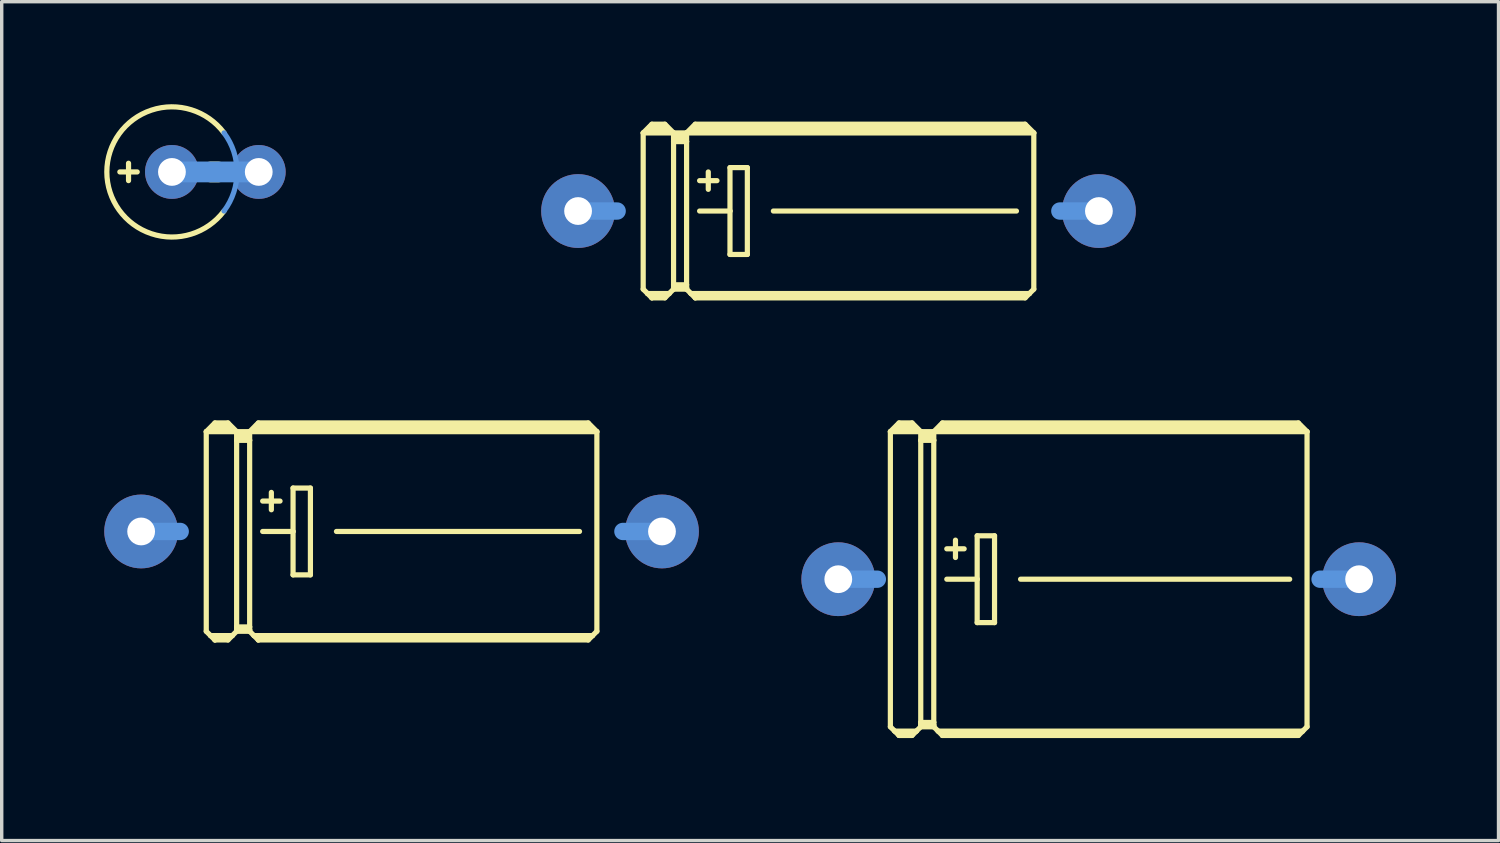
<source format=kicad_pcb>
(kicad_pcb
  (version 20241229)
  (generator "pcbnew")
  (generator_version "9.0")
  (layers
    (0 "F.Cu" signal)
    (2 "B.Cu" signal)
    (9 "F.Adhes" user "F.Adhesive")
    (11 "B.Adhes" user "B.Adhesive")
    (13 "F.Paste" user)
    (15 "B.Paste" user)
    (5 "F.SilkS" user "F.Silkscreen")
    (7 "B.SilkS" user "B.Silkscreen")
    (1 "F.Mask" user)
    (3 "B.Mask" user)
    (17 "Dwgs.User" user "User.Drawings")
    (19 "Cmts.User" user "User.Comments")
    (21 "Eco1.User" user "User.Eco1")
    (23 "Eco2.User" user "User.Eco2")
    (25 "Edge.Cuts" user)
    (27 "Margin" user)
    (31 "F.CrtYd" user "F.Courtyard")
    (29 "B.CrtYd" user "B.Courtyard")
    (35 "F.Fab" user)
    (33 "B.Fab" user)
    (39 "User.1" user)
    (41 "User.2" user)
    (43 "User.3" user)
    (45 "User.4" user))
  (footprint "E15-9"
    (layer "F.Cu")
    (at 29.099 13.898)
    (property "Reference" "E15-9" (at -3.302 -4.191 0) (layer "Eco1.User") (effects (font (size 1.27 1.27) (thickness 0.127))))
    (attr through_hole)
    (fp_line (start -6.096 -4.318) (end -5.207 -4.318) (stroke (width 0.152) (type solid)) (layer "F.SilkS"))
    (fp_line (start -6.096 4.318) (end -6.096 -4.318) (stroke (width 0.152) (type solid)) (layer "F.SilkS"))
    (fp_line (start -6.096 4.318) (end -5.969 4.445) (stroke (width 0.152) (type solid)) (layer "F.SilkS"))
    (fp_line (start -5.969 4.445) (end -5.842 4.572) (stroke (width 0.152) (type solid)) (layer "F.SilkS"))
    (fp_line (start -5.969 4.445) (end -5.334 4.445) (stroke (width 0.152) (type solid)) (layer "F.SilkS"))
    (fp_line (start -5.842 -4.572) (end -6.096 -4.318) (stroke (width 0.152) (type solid)) (layer "F.SilkS"))
    (fp_line (start -5.842 -4.572) (end -5.461 -4.572) (stroke (width 0.152) (type solid)) (layer "F.SilkS"))
    (fp_line (start -5.842 -4.445) (end -5.461 -4.445) (stroke (width 0.305) (type solid)) (layer "F.SilkS"))
    (fp_line (start -5.842 4.521) (end -5.842 4.572) (stroke (width 0.152) (type solid)) (layer "F.SilkS"))
    (fp_line (start -5.842 4.572) (end -5.461 4.572) (stroke (width 0.152) (type solid)) (layer "F.SilkS"))
    (fp_line (start -5.461 -4.572) (end -5.207 -4.318) (stroke (width 0.152) (type solid)) (layer "F.SilkS"))
    (fp_line (start -5.461 4.521) (end -5.842 4.521) (stroke (width 0.152) (type solid)) (layer "F.SilkS"))
    (fp_line (start -5.461 4.572) (end -5.334 4.445) (stroke (width 0.152) (type solid)) (layer "F.SilkS"))
    (fp_line (start -5.334 4.445) (end -5.207 4.318) (stroke (width 0.152) (type solid)) (layer "F.SilkS"))
    (fp_line (start -5.207 -4.318) (end -5.207 -4.064) (stroke (width 0.152) (type solid)) (layer "F.SilkS"))
    (fp_line (start -5.207 -4.318) (end -4.826 -4.318) (stroke (width 0.152) (type solid)) (layer "F.SilkS"))
    (fp_line (start -5.207 -4.064) (end -5.207 4.191) (stroke (width 0.152) (type solid)) (layer "F.SilkS"))
    (fp_line (start -5.207 -4.064) (end -4.826 -4.064) (stroke (width 0.152) (type solid)) (layer "F.SilkS"))
    (fp_line (start -5.207 4.191) (end -5.207 4.267) (stroke (width 0.152) (type solid)) (layer "F.SilkS"))
    (fp_line (start -5.207 4.191) (end -4.826 4.191) (stroke (width 0.152) (type solid)) (layer "F.SilkS"))
    (fp_line (start -5.207 4.267) (end -5.207 4.318) (stroke (width 0.152) (type solid)) (layer "F.SilkS"))
    (fp_line (start -5.207 4.318) (end -4.826 4.318) (stroke (width 0.152) (type solid)) (layer "F.SilkS"))
    (fp_line (start -5.08 -4.191) (end -4.953 -4.191) (stroke (width 0.305) (type solid)) (layer "F.SilkS"))
    (fp_line (start -4.826 -4.318) (end -4.826 -4.064) (stroke (width 0.152) (type solid)) (layer "F.SilkS"))
    (fp_line (start -4.826 -4.318) (end -4.572 -4.572) (stroke (width 0.152) (type solid)) (layer "F.SilkS"))
    (fp_line (start -4.826 -4.318) (end 6.096 -4.318) (stroke (width 0.152) (type solid)) (layer "F.SilkS"))
    (fp_line (start -4.826 -4.064) (end -4.826 4.191) (stroke (width 0.152) (type solid)) (layer "F.SilkS"))
    (fp_line (start -4.826 4.191) (end -4.826 4.267) (stroke (width 0.152) (type solid)) (layer "F.SilkS"))
    (fp_line (start -4.826 4.267) (end -5.207 4.267) (stroke (width 0.152) (type solid)) (layer "F.SilkS"))
    (fp_line (start -4.826 4.267) (end -4.826 4.318) (stroke (width 0.152) (type solid)) (layer "F.SilkS"))
    (fp_line (start -4.826 4.318) (end -4.699 4.445) (stroke (width 0.152) (type solid)) (layer "F.SilkS"))
    (fp_line (start -4.699 4.445) (end -4.572 4.572) (stroke (width 0.152) (type solid)) (layer "F.SilkS"))
    (fp_line (start -4.699 4.445) (end 5.969 4.445) (stroke (width 0.152) (type solid)) (layer "F.SilkS"))
    (fp_line (start -4.572 -4.572) (end 5.842 -4.572) (stroke (width 0.152) (type solid)) (layer "F.SilkS"))
    (fp_line (start -4.572 -4.445) (end 5.842 -4.445) (stroke (width 0.305) (type solid)) (layer "F.SilkS"))
    (fp_line (start -4.572 4.521) (end -4.572 4.572) (stroke (width 0.152) (type solid)) (layer "F.SilkS"))
    (fp_line (start -4.572 4.572) (end 5.842 4.572) (stroke (width 0.152) (type solid)) (layer "F.SilkS"))
    (fp_line (start -4.445 -0.889) (end -3.937 -0.889) (stroke (width 0.152) (type solid)) (layer "F.SilkS"))
    (fp_line (start -4.445 0) (end -3.556 0) (stroke (width 0.152) (type solid)) (layer "F.SilkS"))
    (fp_line (start -4.191 -1.143) (end -4.191 -0.635) (stroke (width 0.152) (type solid)) (layer "F.SilkS"))
    (fp_line (start -3.556 -1.27) (end -3.556 0) (stroke (width 0.152) (type solid)) (layer "F.SilkS"))
    (fp_line (start -3.556 0) (end -3.556 1.27) (stroke (width 0.152) (type solid)) (layer "F.SilkS"))
    (fp_line (start -3.556 1.27) (end -3.048 1.27) (stroke (width 0.152) (type solid)) (layer "F.SilkS"))
    (fp_line (start -3.048 -1.27) (end -3.556 -1.27) (stroke (width 0.152) (type solid)) (layer "F.SilkS"))
    (fp_line (start -3.048 1.27) (end -3.048 -1.27) (stroke (width 0.152) (type solid)) (layer "F.SilkS"))
    (fp_line (start -2.286 0) (end 5.588 0) (stroke (width 0.152) (type solid)) (layer "F.SilkS"))
    (fp_line (start 5.842 4.521) (end -4.572 4.521) (stroke (width 0.152) (type solid)) (layer "F.SilkS"))
    (fp_line (start 5.969 4.445) (end 5.842 4.572) (stroke (width 0.152) (type solid)) (layer "F.SilkS"))
    (fp_line (start 6.096 -4.318) (end 5.842 -4.572) (stroke (width 0.152) (type solid)) (layer "F.SilkS"))
    (fp_line (start 6.096 -4.318) (end 6.096 4.318) (stroke (width 0.152) (type solid)) (layer "F.SilkS"))
    (fp_line (start 6.096 4.318) (end 5.969 4.445) (stroke (width 0.152) (type solid)) (layer "F.SilkS"))
    (fp_line (start -7.62 0) (end -6.477 0) (stroke (width 0.508) (type solid)) (layer "Cmts.User"))
    (fp_line (start 7.62 0) (end 6.477 0) (stroke (width 0.508) (type solid)) (layer "Cmts.User"))
    (pad "+" thru_hole oval (at -7.62 0) (size 2.159 2.159) (drill 0.813) (layers "*.Cu" "*.Mask"))
    (pad "-" thru_hole oval (at 7.62 0) (size 2.159 2.159) (drill 0.813) (layers "*.Cu" "*.Mask")))
  (footprint "E2,5RE"
    (layer "F.Cu")
    (at 3.251 1.981)
    (property "Reference" "E2,5RE" (at 3.175 -0.508 0) (layer "Eco1.User") (effects (font (size 1.27 1.27) (thickness 0.127))))
    (attr through_hole)
    (fp_line (start -2.794 0) (end -2.286 0) (stroke (width 0.152) (type solid)) (layer "F.SilkS"))
    (fp_line (start -2.54 0.254) (end -2.54 -0.254) (stroke (width 0.152) (type solid)) (layer "F.SilkS"))
    (fp_line (start -0.127 0) (end 0.076 0) (stroke (width 0.61) (type solid)) (layer "F.SilkS"))
    (fp_arc (start 0.252798 1.144601) (mid -3.175 -0.001001) (end 0.254 -1.143) (stroke (width 0.1524) (type solid)) (layer "F.SilkS"))
    (fp_line (start 1.27 0) (end -1.27 0) (stroke (width 0.61) (type solid)) (layer "Cmts.User"))
    (fp_arc (start 0.254794 -1.141941) (mid 0.635 0.000662) (end 0.254 1.143) (stroke (width 0.1524) (type solid)) (layer "Cmts.User"))
    (pad "+" thru_hole oval (at -1.27 0) (size 1.575 1.575) (drill 0.813) (layers "*.Cu" "*.Mask"))
    (pad "-" thru_hole oval (at 1.27 0) (size 1.575 1.575) (drill 0.813) (layers "*.Cu" "*.Mask")))
  (footprint "E15-6"
    (layer "F.Cu")
    (at 8.7 12.501)
    (property "Reference" "E15-6" (at -2.921 -2.794 0) (layer "Eco1.User") (effects (font (size 1.27 1.27) (thickness 0.127))))
    (attr through_hole)
    (fp_line (start -5.715 -2.921) (end -4.826 -2.921) (stroke (width 0.152) (type solid)) (layer "F.SilkS"))
    (fp_line (start -5.715 2.921) (end -5.715 -2.921) (stroke (width 0.152) (type solid)) (layer "F.SilkS"))
    (fp_line (start -5.715 2.921) (end -5.588 3.048) (stroke (width 0.152) (type solid)) (layer "F.SilkS"))
    (fp_line (start -5.588 3.048) (end -5.461 3.175) (stroke (width 0.152) (type solid)) (layer "F.SilkS"))
    (fp_line (start -5.588 3.048) (end -4.953 3.048) (stroke (width 0.152) (type solid)) (layer "F.SilkS"))
    (fp_line (start -5.461 -3.175) (end -5.715 -2.921) (stroke (width 0.152) (type solid)) (layer "F.SilkS"))
    (fp_line (start -5.461 -3.175) (end -5.08 -3.175) (stroke (width 0.152) (type solid)) (layer "F.SilkS"))
    (fp_line (start -5.461 -3.048) (end -5.08 -3.048) (stroke (width 0.305) (type solid)) (layer "F.SilkS"))
    (fp_line (start -5.461 3.124) (end -5.461 3.175) (stroke (width 0.152) (type solid)) (layer "F.SilkS"))
    (fp_line (start -5.461 3.175) (end -5.08 3.175) (stroke (width 0.152) (type solid)) (layer "F.SilkS"))
    (fp_line (start -5.08 -3.175) (end -4.826 -2.921) (stroke (width 0.152) (type solid)) (layer "F.SilkS"))
    (fp_line (start -5.08 3.124) (end -5.461 3.124) (stroke (width 0.152) (type solid)) (layer "F.SilkS"))
    (fp_line (start -5.08 3.175) (end -4.953 3.048) (stroke (width 0.152) (type solid)) (layer "F.SilkS"))
    (fp_line (start -4.953 3.048) (end -4.826 2.921) (stroke (width 0.152) (type solid)) (layer "F.SilkS"))
    (fp_line (start -4.826 -2.921) (end -4.826 -2.667) (stroke (width 0.152) (type solid)) (layer "F.SilkS"))
    (fp_line (start -4.826 -2.921) (end -4.445 -2.921) (stroke (width 0.152) (type solid)) (layer "F.SilkS"))
    (fp_line (start -4.826 -2.667) (end -4.826 2.794) (stroke (width 0.152) (type solid)) (layer "F.SilkS"))
    (fp_line (start -4.826 -2.667) (end -4.445 -2.667) (stroke (width 0.152) (type solid)) (layer "F.SilkS"))
    (fp_line (start -4.826 2.794) (end -4.826 2.87) (stroke (width 0.152) (type solid)) (layer "F.SilkS"))
    (fp_line (start -4.826 2.794) (end -4.445 2.794) (stroke (width 0.152) (type solid)) (layer "F.SilkS"))
    (fp_line (start -4.826 2.87) (end -4.826 2.921) (stroke (width 0.152) (type solid)) (layer "F.SilkS"))
    (fp_line (start -4.826 2.921) (end -4.445 2.921) (stroke (width 0.152) (type solid)) (layer "F.SilkS"))
    (fp_line (start -4.699 -2.794) (end -4.572 -2.794) (stroke (width 0.305) (type solid)) (layer "F.SilkS"))
    (fp_line (start -4.445 -2.921) (end -4.445 -2.667) (stroke (width 0.152) (type solid)) (layer "F.SilkS"))
    (fp_line (start -4.445 -2.921) (end -4.191 -3.175) (stroke (width 0.152) (type solid)) (layer "F.SilkS"))
    (fp_line (start -4.445 -2.921) (end 5.715 -2.921) (stroke (width 0.152) (type solid)) (layer "F.SilkS"))
    (fp_line (start -4.445 -2.667) (end -4.445 2.794) (stroke (width 0.152) (type solid)) (layer "F.SilkS"))
    (fp_line (start -4.445 2.794) (end -4.445 2.87) (stroke (width 0.152) (type solid)) (layer "F.SilkS"))
    (fp_line (start -4.445 2.87) (end -4.826 2.87) (stroke (width 0.152) (type solid)) (layer "F.SilkS"))
    (fp_line (start -4.445 2.87) (end -4.445 2.921) (stroke (width 0.152) (type solid)) (layer "F.SilkS"))
    (fp_line (start -4.445 2.921) (end -4.318 3.048) (stroke (width 0.152) (type solid)) (layer "F.SilkS"))
    (fp_line (start -4.318 3.048) (end -4.191 3.175) (stroke (width 0.152) (type solid)) (layer "F.SilkS"))
    (fp_line (start -4.318 3.048) (end 5.588 3.048) (stroke (width 0.152) (type solid)) (layer "F.SilkS"))
    (fp_line (start -4.191 -3.175) (end 5.461 -3.175) (stroke (width 0.152) (type solid)) (layer "F.SilkS"))
    (fp_line (start -4.191 -3.048) (end 5.461 -3.048) (stroke (width 0.305) (type solid)) (layer "F.SilkS"))
    (fp_line (start -4.191 3.124) (end -4.191 3.175) (stroke (width 0.152) (type solid)) (layer "F.SilkS"))
    (fp_line (start -4.191 3.175) (end 5.461 3.175) (stroke (width 0.152) (type solid)) (layer "F.SilkS"))
    (fp_line (start -4.064 -0.889) (end -3.556 -0.889) (stroke (width 0.152) (type solid)) (layer "F.SilkS"))
    (fp_line (start -4.064 0) (end -3.175 0) (stroke (width 0.152) (type solid)) (layer "F.SilkS"))
    (fp_line (start -3.81 -1.143) (end -3.81 -0.635) (stroke (width 0.152) (type solid)) (layer "F.SilkS"))
    (fp_line (start -3.175 -1.27) (end -3.175 0) (stroke (width 0.152) (type solid)) (layer "F.SilkS"))
    (fp_line (start -3.175 0) (end -3.175 1.27) (stroke (width 0.152) (type solid)) (layer "F.SilkS"))
    (fp_line (start -3.175 1.27) (end -2.667 1.27) (stroke (width 0.152) (type solid)) (layer "F.SilkS"))
    (fp_line (start -2.667 -1.27) (end -3.175 -1.27) (stroke (width 0.152) (type solid)) (layer "F.SilkS"))
    (fp_line (start -2.667 1.27) (end -2.667 -1.27) (stroke (width 0.152) (type solid)) (layer "F.SilkS"))
    (fp_line (start -1.905 0) (end 5.207 0) (stroke (width 0.152) (type solid)) (layer "F.SilkS"))
    (fp_line (start 5.461 3.124) (end -4.191 3.124) (stroke (width 0.152) (type solid)) (layer "F.SilkS"))
    (fp_line (start 5.588 3.048) (end 5.461 3.175) (stroke (width 0.152) (type solid)) (layer "F.SilkS"))
    (fp_line (start 5.715 -2.921) (end 5.461 -3.175) (stroke (width 0.152) (type solid)) (layer "F.SilkS"))
    (fp_line (start 5.715 -2.921) (end 5.715 2.921) (stroke (width 0.152) (type solid)) (layer "F.SilkS"))
    (fp_line (start 5.715 2.921) (end 5.588 3.048) (stroke (width 0.152) (type solid)) (layer "F.SilkS"))
    (fp_line (start -7.62 0) (end -6.477 0) (stroke (width 0.508) (type solid)) (layer "Cmts.User"))
    (fp_line (start 7.62 0) (end 6.477 0) (stroke (width 0.508) (type solid)) (layer "Cmts.User"))
    (pad "+" thru_hole oval (at -7.62 0) (size 2.159 2.159) (drill 0.813) (layers "*.Cu" "*.Mask"))
    (pad "-" thru_hole oval (at 7.62 0) (size 2.159 2.159) (drill 0.813) (layers "*.Cu" "*.Mask")))
  (footprint "E15-5"
    (layer "F.Cu")
    (at 21.485 3.125)
    (property "Reference" "E15-5" (at -2.921 -2.159 0) (layer "Eco1.User") (effects (font (size 1.27 1.27) (thickness 0.127))))
    (attr through_hole)
    (fp_line (start -5.715 -2.286) (end -4.826 -2.286) (stroke (width 0.152) (type solid)) (layer "F.SilkS"))
    (fp_line (start -5.715 2.286) (end -5.715 -2.286) (stroke (width 0.152) (type solid)) (layer "F.SilkS"))
    (fp_line (start -5.715 2.286) (end -5.588 2.413) (stroke (width 0.152) (type solid)) (layer "F.SilkS"))
    (fp_line (start -5.588 2.413) (end -5.461 2.54) (stroke (width 0.152) (type solid)) (layer "F.SilkS"))
    (fp_line (start -5.588 2.413) (end -4.953 2.413) (stroke (width 0.152) (type solid)) (layer "F.SilkS"))
    (fp_line (start -5.461 -2.54) (end -5.715 -2.286) (stroke (width 0.152) (type solid)) (layer "F.SilkS"))
    (fp_line (start -5.461 -2.54) (end -5.08 -2.54) (stroke (width 0.152) (type solid)) (layer "F.SilkS"))
    (fp_line (start -5.461 -2.413) (end -5.08 -2.413) (stroke (width 0.305) (type solid)) (layer "F.SilkS"))
    (fp_line (start -5.461 2.489) (end -5.461 2.54) (stroke (width 0.152) (type solid)) (layer "F.SilkS"))
    (fp_line (start -5.461 2.54) (end -5.08 2.54) (stroke (width 0.152) (type solid)) (layer "F.SilkS"))
    (fp_line (start -5.08 -2.54) (end -4.826 -2.286) (stroke (width 0.152) (type solid)) (layer "F.SilkS"))
    (fp_line (start -5.08 2.489) (end -5.461 2.489) (stroke (width 0.152) (type solid)) (layer "F.SilkS"))
    (fp_line (start -5.08 2.54) (end -4.953 2.413) (stroke (width 0.152) (type solid)) (layer "F.SilkS"))
    (fp_line (start -4.953 2.413) (end -4.826 2.286) (stroke (width 0.152) (type solid)) (layer "F.SilkS"))
    (fp_line (start -4.826 -2.286) (end -4.826 -2.032) (stroke (width 0.152) (type solid)) (layer "F.SilkS"))
    (fp_line (start -4.826 -2.286) (end -4.445 -2.286) (stroke (width 0.152) (type solid)) (layer "F.SilkS"))
    (fp_line (start -4.826 -2.032) (end -4.826 2.159) (stroke (width 0.152) (type solid)) (layer "F.SilkS"))
    (fp_line (start -4.826 -2.032) (end -4.445 -2.032) (stroke (width 0.152) (type solid)) (layer "F.SilkS"))
    (fp_line (start -4.826 2.159) (end -4.826 2.235) (stroke (width 0.152) (type solid)) (layer "F.SilkS"))
    (fp_line (start -4.826 2.159) (end -4.445 2.159) (stroke (width 0.152) (type solid)) (layer "F.SilkS"))
    (fp_line (start -4.826 2.235) (end -4.826 2.286) (stroke (width 0.152) (type solid)) (layer "F.SilkS"))
    (fp_line (start -4.826 2.286) (end -4.445 2.286) (stroke (width 0.152) (type solid)) (layer "F.SilkS"))
    (fp_line (start -4.699 -2.159) (end -4.572 -2.159) (stroke (width 0.305) (type solid)) (layer "F.SilkS"))
    (fp_line (start -4.445 -2.286) (end -4.445 -2.032) (stroke (width 0.152) (type solid)) (layer "F.SilkS"))
    (fp_line (start -4.445 -2.286) (end -4.191 -2.54) (stroke (width 0.152) (type solid)) (layer "F.SilkS"))
    (fp_line (start -4.445 -2.286) (end 5.715 -2.286) (stroke (width 0.152) (type solid)) (layer "F.SilkS"))
    (fp_line (start -4.445 -2.032) (end -4.445 2.159) (stroke (width 0.152) (type solid)) (layer "F.SilkS"))
    (fp_line (start -4.445 2.159) (end -4.445 2.235) (stroke (width 0.152) (type solid)) (layer "F.SilkS"))
    (fp_line (start -4.445 2.235) (end -4.826 2.235) (stroke (width 0.152) (type solid)) (layer "F.SilkS"))
    (fp_line (start -4.445 2.235) (end -4.445 2.286) (stroke (width 0.152) (type solid)) (layer "F.SilkS"))
    (fp_line (start -4.445 2.286) (end -4.318 2.413) (stroke (width 0.152) (type solid)) (layer "F.SilkS"))
    (fp_line (start -4.318 2.413) (end -4.191 2.54) (stroke (width 0.152) (type solid)) (layer "F.SilkS"))
    (fp_line (start -4.318 2.413) (end 5.588 2.413) (stroke (width 0.152) (type solid)) (layer "F.SilkS"))
    (fp_line (start -4.191 -2.54) (end 5.461 -2.54) (stroke (width 0.152) (type solid)) (layer "F.SilkS"))
    (fp_line (start -4.191 -2.413) (end 5.461 -2.413) (stroke (width 0.305) (type solid)) (layer "F.SilkS"))
    (fp_line (start -4.191 2.489) (end -4.191 2.54) (stroke (width 0.152) (type solid)) (layer "F.SilkS"))
    (fp_line (start -4.191 2.54) (end 5.461 2.54) (stroke (width 0.152) (type solid)) (layer "F.SilkS"))
    (fp_line (start -4.064 -0.889) (end -3.556 -0.889) (stroke (width 0.152) (type solid)) (layer "F.SilkS"))
    (fp_line (start -4.064 0) (end -3.175 0) (stroke (width 0.152) (type solid)) (layer "F.SilkS"))
    (fp_line (start -3.81 -1.143) (end -3.81 -0.635) (stroke (width 0.152) (type solid)) (layer "F.SilkS"))
    (fp_line (start -3.175 -1.27) (end -3.175 0) (stroke (width 0.152) (type solid)) (layer "F.SilkS"))
    (fp_line (start -3.175 0) (end -3.175 1.27) (stroke (width 0.152) (type solid)) (layer "F.SilkS"))
    (fp_line (start -3.175 1.27) (end -2.667 1.27) (stroke (width 0.152) (type solid)) (layer "F.SilkS"))
    (fp_line (start -2.667 -1.27) (end -3.175 -1.27) (stroke (width 0.152) (type solid)) (layer "F.SilkS"))
    (fp_line (start -2.667 1.27) (end -2.667 -1.27) (stroke (width 0.152) (type solid)) (layer "F.SilkS"))
    (fp_line (start -1.905 0) (end 5.207 0) (stroke (width 0.152) (type solid)) (layer "F.SilkS"))
    (fp_line (start 5.461 2.489) (end -4.191 2.489) (stroke (width 0.152) (type solid)) (layer "F.SilkS"))
    (fp_line (start 5.588 2.413) (end 5.461 2.54) (stroke (width 0.152) (type solid)) (layer "F.SilkS"))
    (fp_line (start 5.715 -2.286) (end 5.461 -2.54) (stroke (width 0.152) (type solid)) (layer "F.SilkS"))
    (fp_line (start 5.715 -2.286) (end 5.715 2.286) (stroke (width 0.152) (type solid)) (layer "F.SilkS"))
    (fp_line (start 5.715 2.286) (end 5.588 2.413) (stroke (width 0.152) (type solid)) (layer "F.SilkS"))
    (fp_line (start -7.62 0) (end -6.477 0) (stroke (width 0.508) (type solid)) (layer "Cmts.User"))
    (fp_line (start 7.62 0) (end 6.477 0) (stroke (width 0.508) (type solid)) (layer "Cmts.User"))
    (pad "+" thru_hole oval (at -7.62 0) (size 2.159 2.159) (drill 0.813) (layers "*.Cu" "*.Mask"))
    (pad "-" thru_hole oval (at 7.62 0) (size 2.159 2.159) (drill 0.813) (layers "*.Cu" "*.Mask")))
  (gr_rect
    (start -3 -3)
    (end 40.798 21.546)
    (stroke (width 0.1) (type default))
    (fill no)
    (layer "Edge.Cuts")))
</source>
